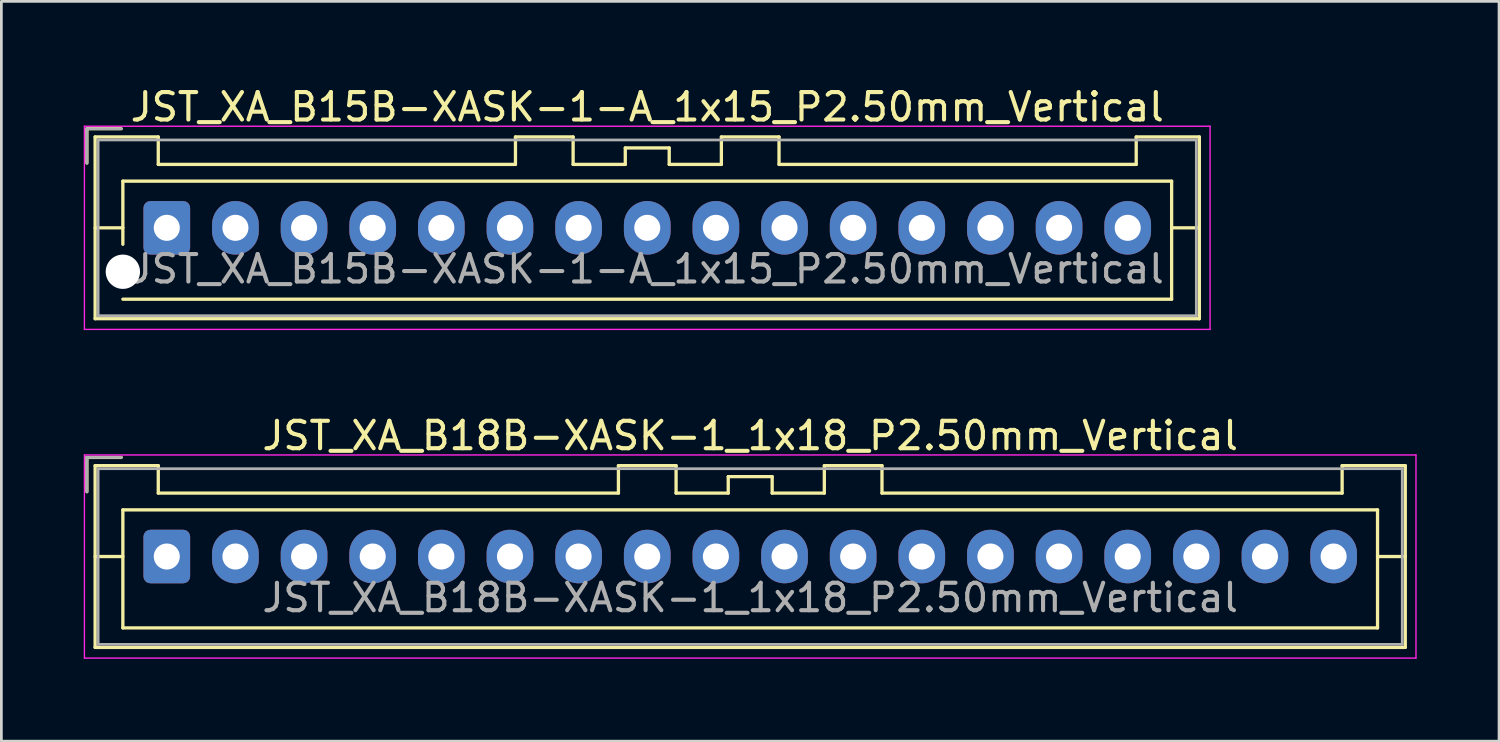
<source format=kicad_pcb>
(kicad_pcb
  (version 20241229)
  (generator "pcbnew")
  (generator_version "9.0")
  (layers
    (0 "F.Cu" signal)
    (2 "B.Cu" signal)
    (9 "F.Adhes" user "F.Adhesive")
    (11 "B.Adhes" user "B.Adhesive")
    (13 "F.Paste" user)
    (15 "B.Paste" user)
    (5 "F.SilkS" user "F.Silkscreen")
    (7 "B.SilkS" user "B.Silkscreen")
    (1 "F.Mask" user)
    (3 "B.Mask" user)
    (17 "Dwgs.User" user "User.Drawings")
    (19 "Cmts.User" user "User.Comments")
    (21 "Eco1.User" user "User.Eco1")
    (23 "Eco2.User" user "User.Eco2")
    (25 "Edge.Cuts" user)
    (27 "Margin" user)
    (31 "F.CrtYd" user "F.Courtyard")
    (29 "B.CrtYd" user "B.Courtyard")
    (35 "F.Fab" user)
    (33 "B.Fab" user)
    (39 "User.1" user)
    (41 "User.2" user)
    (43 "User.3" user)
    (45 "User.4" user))
  (footprint "JST_XA_B18B-XASK-1_1x18_P2.50mm_Vertical"
    (layer "F.Cu")
    (at 3.025 17.221)
    (property "Reference" "JST_XA_B18B-XASK-1_1x18_P2.50mm_Vertical" (at 21.25 -4.4 0) (layer "F.SilkS") (effects (font (size 1 1) (thickness 0.15))))
    (attr through_hole)
    (fp_line (start -2.91 -3.61) (end -2.91 -2.36) (stroke (width 0.12) (type solid)) (layer "F.SilkS"))
    (fp_line (start -2.61 -3.31) (end -2.61 3.31) (stroke (width 0.12) (type solid)) (layer "F.SilkS"))
    (fp_line (start -2.61 0) (end -1.6 0) (stroke (width 0.12) (type solid)) (layer "F.SilkS"))
    (fp_line (start -2.61 3.31) (end 45.11 3.31) (stroke (width 0.12) (type solid)) (layer "F.SilkS"))
    (fp_line (start -1.66 -3.61) (end -2.91 -3.61) (stroke (width 0.12) (type solid)) (layer "F.SilkS"))
    (fp_line (start -1.6 -1.7) (end -1.6 2.6) (stroke (width 0.12) (type solid)) (layer "F.SilkS"))
    (fp_line (start -1.6 2.6) (end 44.1 2.6) (stroke (width 0.12) (type solid)) (layer "F.SilkS"))
    (fp_line (start -0.31 -3.31) (end -2.61 -3.31) (stroke (width 0.12) (type solid)) (layer "F.SilkS"))
    (fp_line (start -0.31 -2.31) (end -0.31 -3.31) (stroke (width 0.12) (type solid)) (layer "F.SilkS"))
    (fp_line (start 16.45 -3.31) (end 16.45 -2.31) (stroke (width 0.12) (type solid)) (layer "F.SilkS"))
    (fp_line (start 16.45 -2.31) (end -0.31 -2.31) (stroke (width 0.12) (type solid)) (layer "F.SilkS"))
    (fp_line (start 18.55 -3.31) (end 16.45 -3.31) (stroke (width 0.12) (type solid)) (layer "F.SilkS"))
    (fp_line (start 18.55 -2.31) (end 18.55 -3.31) (stroke (width 0.12) (type solid)) (layer "F.SilkS"))
    (fp_line (start 20.45 -2.91) (end 20.45 -2.31) (stroke (width 0.12) (type solid)) (layer "F.SilkS"))
    (fp_line (start 20.45 -2.31) (end 18.55 -2.31) (stroke (width 0.12) (type solid)) (layer "F.SilkS"))
    (fp_line (start 22.05 -2.91) (end 20.45 -2.91) (stroke (width 0.12) (type solid)) (layer "F.SilkS"))
    (fp_line (start 22.05 -2.31) (end 22.05 -2.91) (stroke (width 0.12) (type solid)) (layer "F.SilkS"))
    (fp_line (start 23.95 -3.31) (end 23.95 -2.31) (stroke (width 0.12) (type solid)) (layer "F.SilkS"))
    (fp_line (start 23.95 -2.31) (end 22.05 -2.31) (stroke (width 0.12) (type solid)) (layer "F.SilkS"))
    (fp_line (start 26.05 -3.31) (end 23.95 -3.31) (stroke (width 0.12) (type solid)) (layer "F.SilkS"))
    (fp_line (start 26.05 -2.31) (end 26.05 -3.31) (stroke (width 0.12) (type solid)) (layer "F.SilkS"))
    (fp_line (start 42.81 -3.31) (end 42.81 -2.31) (stroke (width 0.12) (type solid)) (layer "F.SilkS"))
    (fp_line (start 42.81 -2.31) (end 26.05 -2.31) (stroke (width 0.12) (type solid)) (layer "F.SilkS"))
    (fp_line (start 44.1 -1.7) (end -1.6 -1.7) (stroke (width 0.12) (type solid)) (layer "F.SilkS"))
    (fp_line (start 44.1 2.6) (end 44.1 -1.7) (stroke (width 0.12) (type solid)) (layer "F.SilkS"))
    (fp_line (start 45.11 -3.31) (end 42.81 -3.31) (stroke (width 0.12) (type solid)) (layer "F.SilkS"))
    (fp_line (start 45.11 0) (end 44.1 0) (stroke (width 0.12) (type solid)) (layer "F.SilkS"))
    (fp_line (start 45.11 3.31) (end 45.11 -3.31) (stroke (width 0.12) (type solid)) (layer "F.SilkS"))
    (fp_line (start -3 -3.7) (end -3 3.7) (stroke (width 0.05) (type solid)) (layer "F.CrtYd"))
    (fp_line (start -3 3.7) (end 45.5 3.7) (stroke (width 0.05) (type solid)) (layer "F.CrtYd"))
    (fp_line (start 45.5 -3.7) (end -3 -3.7) (stroke (width 0.05) (type solid)) (layer "F.CrtYd"))
    (fp_line (start 45.5 3.7) (end 45.5 -3.7) (stroke (width 0.05) (type solid)) (layer "F.CrtYd"))
    (fp_line (start -2.91 -3.61) (end -2.91 -2.36) (stroke (width 0.1) (type solid)) (layer "F.Fab"))
    (fp_line (start -2.5 -3.2) (end -2.5 3.2) (stroke (width 0.1) (type solid)) (layer "F.Fab"))
    (fp_line (start -2.5 3.2) (end 45 3.2) (stroke (width 0.1) (type solid)) (layer "F.Fab"))
    (fp_line (start -1.66 -3.61) (end -2.91 -3.61) (stroke (width 0.1) (type solid)) (layer "F.Fab"))
    (fp_line (start 45 -3.2) (end -2.5 -3.2) (stroke (width 0.1) (type solid)) (layer "F.Fab"))
    (fp_line (start 45 3.2) (end 45 -3.2) (stroke (width 0.1) (type solid)) (layer "F.Fab"))
    (fp_text user "${REFERENCE}" (at 21.25 1.5 0) (layer "F.Fab") (effects (font (size 1 1) (thickness 0.15))))
    (pad "1" thru_hole roundrect (at 0 0) (size 1.7 1.95) (drill 0.95) (layers "*.Cu" "*.Mask") (roundrect_rratio 0.147))
    (pad "2" thru_hole oval (at 2.5 0) (size 1.7 1.95) (drill 0.95) (layers "*.Cu" "*.Mask"))
    (pad "3" thru_hole oval (at 5 0) (size 1.7 1.95) (drill 0.95) (layers "*.Cu" "*.Mask"))
    (pad "4" thru_hole oval (at 7.5 0) (size 1.7 1.95) (drill 0.95) (layers "*.Cu" "*.Mask"))
    (pad "5" thru_hole oval (at 10 0) (size 1.7 1.95) (drill 0.95) (layers "*.Cu" "*.Mask"))
    (pad "6" thru_hole oval (at 12.5 0) (size 1.7 1.95) (drill 0.95) (layers "*.Cu" "*.Mask"))
    (pad "7" thru_hole oval (at 15 0) (size 1.7 1.95) (drill 0.95) (layers "*.Cu" "*.Mask"))
    (pad "8" thru_hole oval (at 17.5 0) (size 1.7 1.95) (drill 0.95) (layers "*.Cu" "*.Mask"))
    (pad "9" thru_hole oval (at 20 0) (size 1.7 1.95) (drill 0.95) (layers "*.Cu" "*.Mask"))
    (pad "10" thru_hole oval (at 22.5 0) (size 1.7 1.95) (drill 0.95) (layers "*.Cu" "*.Mask"))
    (pad "11" thru_hole oval (at 25 0) (size 1.7 1.95) (drill 0.95) (layers "*.Cu" "*.Mask"))
    (pad "12" thru_hole oval (at 27.5 0) (size 1.7 1.95) (drill 0.95) (layers "*.Cu" "*.Mask"))
    (pad "13" thru_hole oval (at 30 0) (size 1.7 1.95) (drill 0.95) (layers "*.Cu" "*.Mask"))
    (pad "14" thru_hole oval (at 32.5 0) (size 1.7 1.95) (drill 0.95) (layers "*.Cu" "*.Mask"))
    (pad "15" thru_hole oval (at 35 0) (size 1.7 1.95) (drill 0.95) (layers "*.Cu" "*.Mask"))
    (pad "16" thru_hole oval (at 37.5 0) (size 1.7 1.95) (drill 0.95) (layers "*.Cu" "*.Mask"))
    (pad "17" thru_hole oval (at 40 0) (size 1.7 1.95) (drill 0.95) (layers "*.Cu" "*.Mask"))
    (pad "18" thru_hole oval (at 42.5 0) (size 1.7 1.95) (drill 0.95) (layers "*.Cu" "*.Mask")))
  (footprint "JST_XA_B15B-XASK-1-A_1x15_P2.50mm_Vertical"
    (layer "F.Cu")
    (at 3.025 5.248)
    (property "Reference" "JST_XA_B15B-XASK-1-A_1x15_P2.50mm_Vertical" (at 17.5 -4.4 0) (layer "F.SilkS") (effects (font (size 1 1) (thickness 0.15))))
    (attr through_hole)
    (fp_line (start -2.91 -3.61) (end -2.91 -2.36) (stroke (width 0.12) (type solid)) (layer "F.SilkS"))
    (fp_line (start -2.61 -3.31) (end -2.61 3.31) (stroke (width 0.12) (type solid)) (layer "F.SilkS"))
    (fp_line (start -2.61 0) (end -1.6 0) (stroke (width 0.12) (type solid)) (layer "F.SilkS"))
    (fp_line (start -2.61 3.31) (end 37.61 3.31) (stroke (width 0.12) (type solid)) (layer "F.SilkS"))
    (fp_line (start -1.66 -3.61) (end -2.91 -3.61) (stroke (width 0.12) (type solid)) (layer "F.SilkS"))
    (fp_line (start -1.6 -1.7) (end 36.6 -1.7) (stroke (width 0.12) (type solid)) (layer "F.SilkS"))
    (fp_line (start -1.6 0.6) (end -1.6 -1.7) (stroke (width 0.12) (type solid)) (layer "F.SilkS"))
    (fp_line (start -0.31 -3.31) (end -2.61 -3.31) (stroke (width 0.12) (type solid)) (layer "F.SilkS"))
    (fp_line (start -0.31 -2.31) (end -0.31 -3.31) (stroke (width 0.12) (type solid)) (layer "F.SilkS"))
    (fp_line (start 12.7 -3.31) (end 12.7 -2.31) (stroke (width 0.12) (type solid)) (layer "F.SilkS"))
    (fp_line (start 12.7 -2.31) (end -0.31 -2.31) (stroke (width 0.12) (type solid)) (layer "F.SilkS"))
    (fp_line (start 14.8 -3.31) (end 12.7 -3.31) (stroke (width 0.12) (type solid)) (layer "F.SilkS"))
    (fp_line (start 14.8 -2.31) (end 14.8 -3.31) (stroke (width 0.12) (type solid)) (layer "F.SilkS"))
    (fp_line (start 16.7 -2.91) (end 16.7 -2.31) (stroke (width 0.12) (type solid)) (layer "F.SilkS"))
    (fp_line (start 16.7 -2.31) (end 14.8 -2.31) (stroke (width 0.12) (type solid)) (layer "F.SilkS"))
    (fp_line (start 18.3 -2.91) (end 16.7 -2.91) (stroke (width 0.12) (type solid)) (layer "F.SilkS"))
    (fp_line (start 18.3 -2.31) (end 18.3 -2.91) (stroke (width 0.12) (type solid)) (layer "F.SilkS"))
    (fp_line (start 20.2 -3.31) (end 20.2 -2.31) (stroke (width 0.12) (type solid)) (layer "F.SilkS"))
    (fp_line (start 20.2 -2.31) (end 18.3 -2.31) (stroke (width 0.12) (type solid)) (layer "F.SilkS"))
    (fp_line (start 22.3 -3.31) (end 20.2 -3.31) (stroke (width 0.12) (type solid)) (layer "F.SilkS"))
    (fp_line (start 22.3 -2.31) (end 22.3 -3.31) (stroke (width 0.12) (type solid)) (layer "F.SilkS"))
    (fp_line (start 35.31 -3.31) (end 35.31 -2.31) (stroke (width 0.12) (type solid)) (layer "F.SilkS"))
    (fp_line (start 35.31 -2.31) (end 22.3 -2.31) (stroke (width 0.12) (type solid)) (layer "F.SilkS"))
    (fp_line (start 36.6 -1.7) (end 36.6 2.6) (stroke (width 0.12) (type solid)) (layer "F.SilkS"))
    (fp_line (start 36.6 2.6) (end -1.6 2.6) (stroke (width 0.12) (type solid)) (layer "F.SilkS"))
    (fp_line (start 37.61 -3.31) (end 35.31 -3.31) (stroke (width 0.12) (type solid)) (layer "F.SilkS"))
    (fp_line (start 37.61 0) (end 36.6 0) (stroke (width 0.12) (type solid)) (layer "F.SilkS"))
    (fp_line (start 37.61 3.31) (end 37.61 -3.31) (stroke (width 0.12) (type solid)) (layer "F.SilkS"))
    (fp_line (start -3 -3.7) (end -3 3.7) (stroke (width 0.05) (type solid)) (layer "F.CrtYd"))
    (fp_line (start -3 3.7) (end 38 3.7) (stroke (width 0.05) (type solid)) (layer "F.CrtYd"))
    (fp_line (start 38 -3.7) (end -3 -3.7) (stroke (width 0.05) (type solid)) (layer "F.CrtYd"))
    (fp_line (start 38 3.7) (end 38 -3.7) (stroke (width 0.05) (type solid)) (layer "F.CrtYd"))
    (fp_line (start -2.91 -3.61) (end -2.91 -2.36) (stroke (width 0.1) (type solid)) (layer "F.Fab"))
    (fp_line (start -2.5 -3.2) (end -2.5 3.2) (stroke (width 0.1) (type solid)) (layer "F.Fab"))
    (fp_line (start -2.5 3.2) (end 37.5 3.2) (stroke (width 0.1) (type solid)) (layer "F.Fab"))
    (fp_line (start -1.66 -3.61) (end -2.91 -3.61) (stroke (width 0.1) (type solid)) (layer "F.Fab"))
    (fp_line (start 37.5 -3.2) (end -2.5 -3.2) (stroke (width 0.1) (type solid)) (layer "F.Fab"))
    (fp_line (start 37.5 3.2) (end 37.5 -3.2) (stroke (width 0.1) (type solid)) (layer "F.Fab"))
    (fp_text user "${REFERENCE}" (at 17.5 1.5 0) (layer "F.Fab") (effects (font (size 1 1) (thickness 0.15))))
    (pad "" np_thru_hole circle (at -1.6 1.6) (size 1.25 1.25) (drill 1.25) (layers "*.Cu" "*.Mask"))
    (pad "1" thru_hole roundrect (at 0 0) (size 1.7 1.95) (drill 0.95) (layers "*.Cu" "*.Mask") (roundrect_rratio 0.147))
    (pad "2" thru_hole oval (at 2.5 0) (size 1.7 1.95) (drill 0.95) (layers "*.Cu" "*.Mask"))
    (pad "3" thru_hole oval (at 5 0) (size 1.7 1.95) (drill 0.95) (layers "*.Cu" "*.Mask"))
    (pad "4" thru_hole oval (at 7.5 0) (size 1.7 1.95) (drill 0.95) (layers "*.Cu" "*.Mask"))
    (pad "5" thru_hole oval (at 10 0) (size 1.7 1.95) (drill 0.95) (layers "*.Cu" "*.Mask"))
    (pad "6" thru_hole oval (at 12.5 0) (size 1.7 1.95) (drill 0.95) (layers "*.Cu" "*.Mask"))
    (pad "7" thru_hole oval (at 15 0) (size 1.7 1.95) (drill 0.95) (layers "*.Cu" "*.Mask"))
    (pad "8" thru_hole oval (at 17.5 0) (size 1.7 1.95) (drill 0.95) (layers "*.Cu" "*.Mask"))
    (pad "9" thru_hole oval (at 20 0) (size 1.7 1.95) (drill 0.95) (layers "*.Cu" "*.Mask"))
    (pad "10" thru_hole oval (at 22.5 0) (size 1.7 1.95) (drill 0.95) (layers "*.Cu" "*.Mask"))
    (pad "11" thru_hole oval (at 25 0) (size 1.7 1.95) (drill 0.95) (layers "*.Cu" "*.Mask"))
    (pad "12" thru_hole oval (at 27.5 0) (size 1.7 1.95) (drill 0.95) (layers "*.Cu" "*.Mask"))
    (pad "13" thru_hole oval (at 30 0) (size 1.7 1.95) (drill 0.95) (layers "*.Cu" "*.Mask"))
    (pad "14" thru_hole oval (at 32.5 0) (size 1.7 1.95) (drill 0.95) (layers "*.Cu" "*.Mask"))
    (pad "15" thru_hole oval (at 35 0) (size 1.7 1.95) (drill 0.95) (layers "*.Cu" "*.Mask")))
  (gr_rect
    (start -3 -3)
    (end 51.55 23.947)
    (stroke (width 0.1) (type default))
    (fill no)
    (layer "Edge.Cuts")))
</source>
